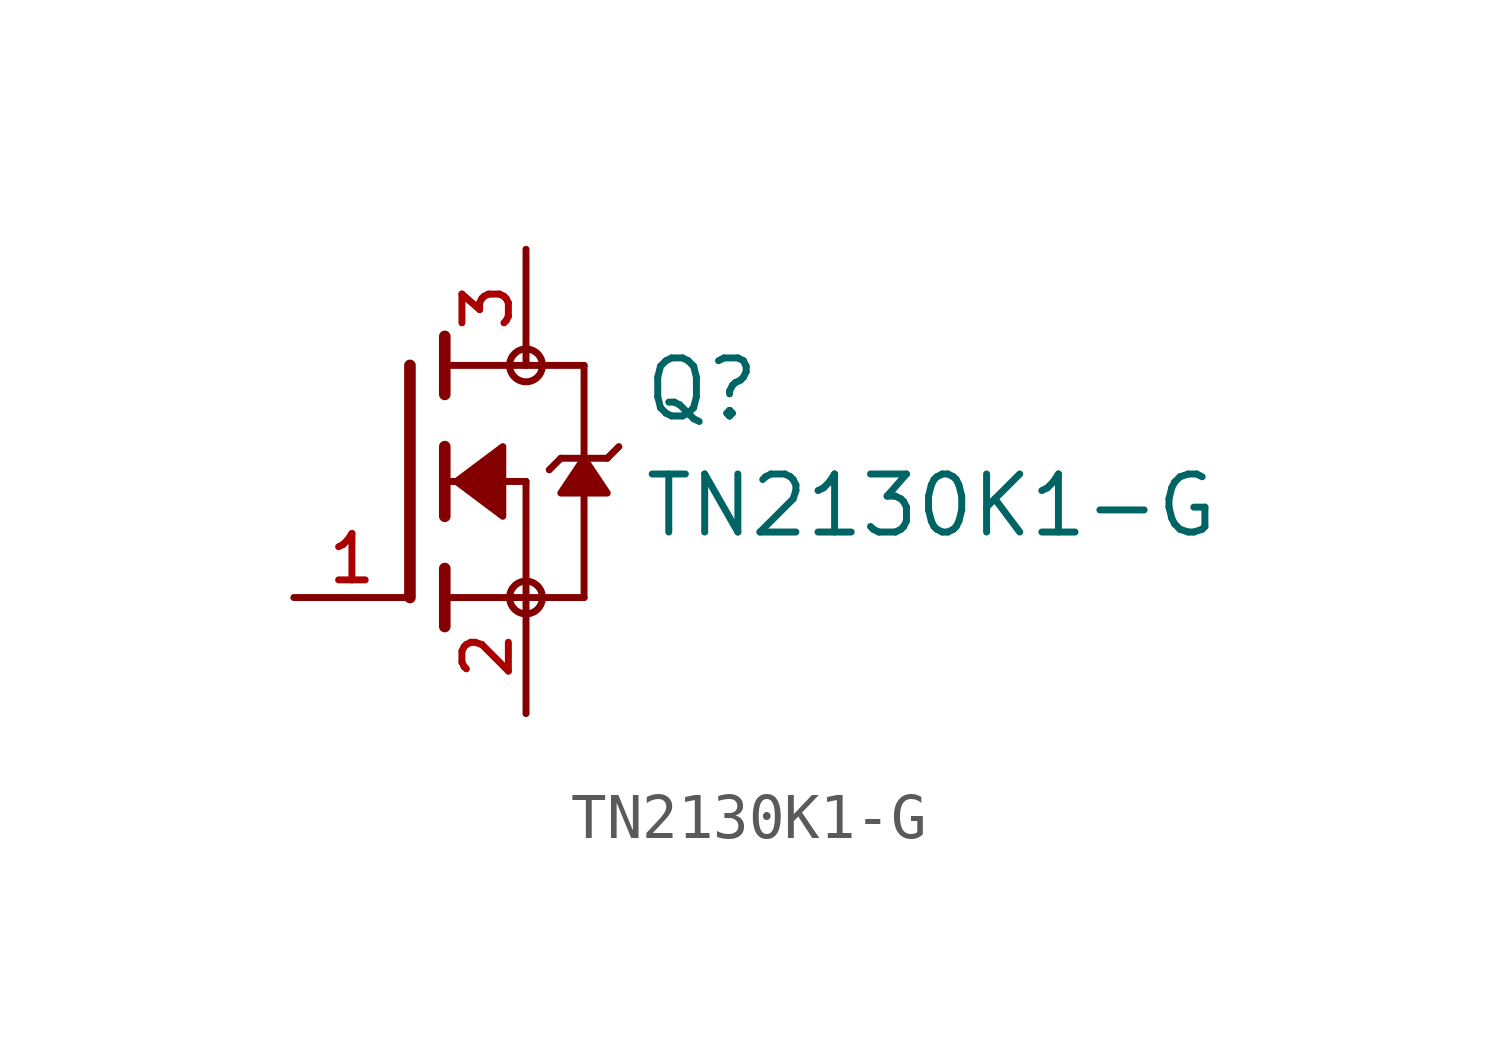
<source format=kicad_sym>
(kicad_symbol_lib
  (version 20231120)
  (generator "kicad_symbol_editor")
  (generator_version "8.0")
  (symbol "TN2130K1-G"
    (pin_names
      (offset 1.016))
    (property "Reference" "Q"
      (at 5.08 1.27 0)
      (effects (font (size 1.27 1.27)) (justify left bottom)))
    (property "Value" "TN2130K1-G\n"
      (at 5.08 -1.27 0)
      (effects (font (size 1.27 1.27)) (justify left bottom)))
    (symbol "TN2130K1-G_0_0"
      (polyline (pts (xy 0 2.54) (xy 0 -2.54)) (stroke (width 0.254) (type default)) (fill (type none)))
      (polyline (pts (xy 0.762 -2.54) (xy 0.762 -3.175)) (stroke (width 0.254) (type default)) (fill (type none)))
      (polyline (pts (xy 0.762 -1.905) (xy 0.762 -2.54)) (stroke (width 0.254) (type default)) (fill (type none)))
      (polyline (pts (xy 0.762 0) (xy 0.762 -0.762)) (stroke (width 0.254) (type default)) (fill (type none)))
      (polyline (pts (xy 0.762 0) (xy 2.54 0)) (stroke (width 0.152) (type default)) (fill (type none)))
      (polyline (pts (xy 0.762 0.762) (xy 0.762 0)) (stroke (width 0.254) (type default)) (fill (type none)))
      (polyline (pts (xy 0.762 2.54) (xy 0.762 1.905)) (stroke (width 0.254) (type default)) (fill (type none)))
      (polyline (pts (xy 0.762 2.54) (xy 3.81 2.54)) (stroke (width 0.152) (type default)) (fill (type none)))
      (polyline (pts (xy 0.762 3.175) (xy 0.762 2.54)) (stroke (width 0.254) (type default)) (fill (type none)))
      (polyline (pts (xy 2.54 -2.54) (xy 0.762 -2.54)) (stroke (width 0.152) (type default)) (fill (type none)))
      (polyline (pts (xy 2.54 -2.54) (xy 3.81 -2.54)) (stroke (width 0.152) (type default)) (fill (type none)))
      (polyline (pts (xy 2.54 0) (xy 2.54 -2.54)) (stroke (width 0.152) (type default)) (fill (type none)))
      (polyline (pts (xy 3.302 0.508) (xy 3.048 0.254)) (stroke (width 0.152) (type default)) (fill (type none)))
      (polyline (pts (xy 3.81 0.508) (xy 3.302 0.508)) (stroke (width 0.152) (type default)) (fill (type none)))
      (polyline (pts (xy 3.81 0.508) (xy 3.81 -2.54)) (stroke (width 0.152) (type default)) (fill (type none)))
      (polyline (pts (xy 3.81 2.54) (xy 3.81 0.508)) (stroke (width 0.152) (type default)) (fill (type none)))
      (polyline (pts (xy 4.318 0.508) (xy 3.81 0.508)) (stroke (width 0.152) (type default)) (fill (type none)))
      (polyline (pts (xy 4.572 0.762) (xy 4.318 0.508)) (stroke (width 0.152) (type default)) (fill (type none)))
      (polyline (pts (xy 1.016 0) (xy 2.032 0.762) (xy 2.032 -0.762) (xy 1.016 0)) (stroke (width 0.152) (type default)) (fill (type outline)))
      (polyline (pts (xy 3.81 0.508) (xy 3.302 -0.254) (xy 4.318 -0.254) (xy 3.81 0.508)) (stroke (width 0.152) (type default)) (fill (type outline)))
      (circle (center 2.54 -2.54) (radius 0.359) (stroke (width 0) (type default)) (fill (type none)))
      (circle (center 2.54 2.54) (radius 0.359) (stroke (width 0) (type default)) (fill (type none)))
      (pin passive line (at -2.54 -2.54 0) (length 2.54) (name "~" (effects (font (size 1.016 1.016)))) (number "1" (effects (font (size 1.016 1.016)))))
      (pin passive line (at 2.54 -5.08 90) (length 2.54) (name "~" (effects (font (size 1.016 1.016)))) (number "2" (effects (font (size 1.016 1.016)))))
      (pin passive line (at 2.54 5.08 270) (length 2.54) (name "~" (effects (font (size 1.016 1.016)))) (number "3" (effects (font (size 1.016 1.016))))))))
</source>
